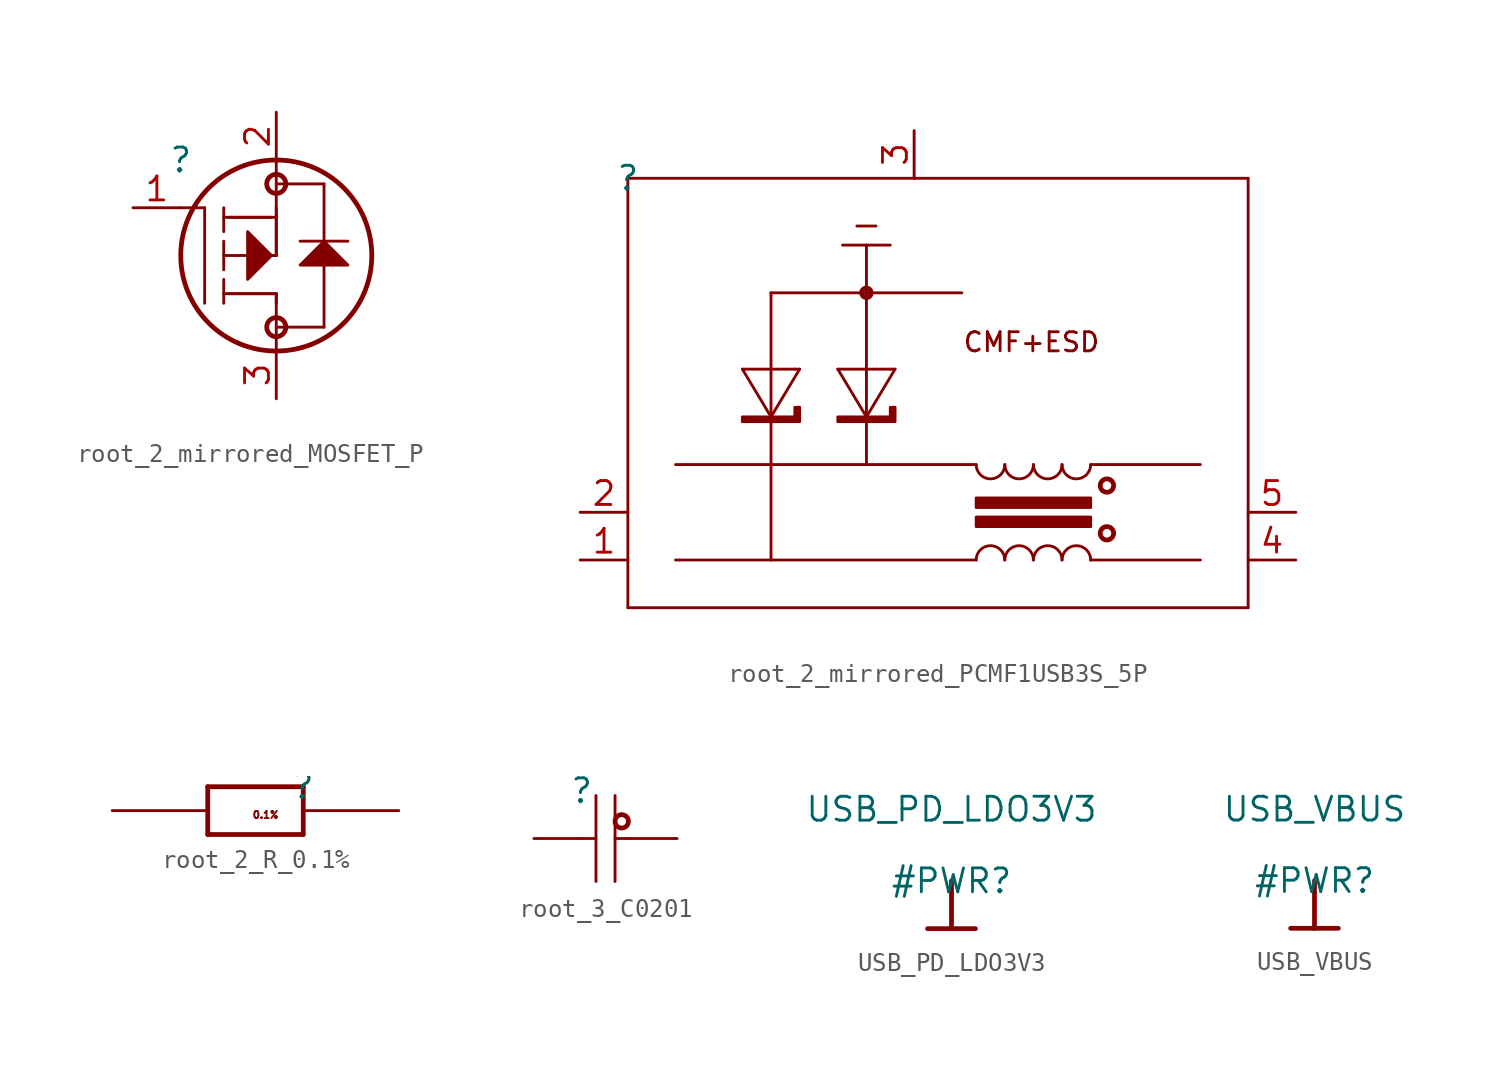
<source format=kicad_sym>
(kicad_symbol_lib
  (version 20220914)
  (generator kicad_symbol_editor)
  (symbol "root_2_mirrored_MOSFET_P"
    (property "Reference" ""
      (at 0 0 0)
      (effects (font (size 1.27 1.27))))
    (property "Value" ""
      (at 0 0 0)
      (effects (font (size 1.27 1.27))))
    (symbol "root_2_mirrored_MOSFET_P_1_0"
      (polyline (pts (xy 0 -2.54) (xy 1.27 -2.54)) (stroke (width 0) (type solid)) (fill (type none)))
      (polyline (pts (xy 1.27 -2.54) (xy 1.27 -7.62)) (stroke (width 0) (type solid)) (fill (type none)))
      (polyline (pts (xy 2.286 -7.62) (xy 2.286 -6.35)) (stroke (width 0) (type solid)) (fill (type none)))
      (polyline (pts (xy 2.286 -5.842) (xy 2.286 -4.318)) (stroke (width 0) (type solid)) (fill (type none)))
      (polyline (pts (xy 2.286 -5.08) (xy 5.08 -5.08)) (stroke (width 0) (type solid)) (fill (type none)))
      (polyline (pts (xy 2.286 -3.81) (xy 2.286 -2.54)) (stroke (width 0) (type solid)) (fill (type none)))
      (polyline (pts (xy 2.286 -3.048) (xy 5.08 -3.048)) (stroke (width 0) (type solid)) (fill (type none)))
      (polyline (pts (xy 2.54 -3.048) (xy 4.826 -3.048)) (stroke (width 0) (type solid)) (fill (type none)))
      (polyline (pts (xy 4.064 -5.08) (xy 5.08 -5.08)) (stroke (width 0) (type solid)) (fill (type none)))
      (polyline (pts (xy 5.08 -10.16) (xy 5.08 -7.112)) (stroke (width 0) (type solid)) (fill (type none)))
      (polyline (pts (xy 5.08 -8.89) (xy 7.62 -8.89)) (stroke (width 0) (type solid)) (fill (type none)))
      (polyline (pts (xy 5.08 -7.62) (xy 5.08 -7.112)) (stroke (width 0) (type solid)) (fill (type none)))
      (polyline (pts (xy 5.08 -7.112) (xy 2.286 -7.112)) (stroke (width 0) (type solid)) (fill (type none)))
      (polyline (pts (xy 5.08 -7.112) (xy 2.54 -7.112)) (stroke (width 0) (type solid)) (fill (type none)))
      (polyline (pts (xy 5.08 -5.08) (xy 5.08 -2.54)) (stroke (width 0) (type solid)) (fill (type none)))
      (polyline (pts (xy 5.08 -5.08) (xy 5.08 0)) (stroke (width 0) (type solid)) (fill (type none)))
      (polyline (pts (xy 5.08 -1.27) (xy 7.62 -1.27)) (stroke (width 0) (type solid)) (fill (type none)))
      (polyline (pts (xy 7.62 -8.89) (xy 7.62 -5.588)) (stroke (width 0) (type solid)) (fill (type none)))
      (polyline (pts (xy 7.62 -4.318) (xy 7.62 -1.27)) (stroke (width 0) (type solid)) (fill (type none)))
      (polyline (pts (xy 8.89 -4.318) (xy 6.35 -4.318)) (stroke (width 0) (type solid)) (fill (type none)))
      (polyline (pts (xy 4.826 -5.08) (xy 3.556 -3.81) (xy 3.556 -6.35) (xy 4.826 -5.08) (xy 4.826 -5.08)) (stroke (width 0) (type solid)) (fill (type outline)))
      (polyline (pts (xy 7.62 -4.318) (xy 6.35 -5.588) (xy 8.89 -5.588) (xy 7.62 -4.318) (xy 7.62 -4.318)) (stroke (width 0) (type solid)) (fill (type outline)))
      (circle (center 5.08 -8.89) (radius 0.508) (stroke (width 0.254) (type solid)) (fill (type none)))
      (circle (center 5.08 -5.08) (radius 5.08) (stroke (width 0.254) (type solid)) (fill (type none)))
      (circle (center 5.08 -1.27) (radius 0.508) (stroke (width 0.254) (type solid)) (fill (type none)))
      (pin passive line (at -2.54 -2.54 0) (length 2.54) (name "GATE" (effects (font (size 0 0)))) (number "1" (effects (font (size 1.27 1.27)))))
      (pin passive line (at 5.08 2.54 270) (length 2.54) (name "SOURCE" (effects (font (size 0 0)))) (number "2" (effects (font (size 1.27 1.27)))))
      (pin passive line (at 5.08 -12.7 90) (length 2.54) (name "DRAIN" (effects (font (size 0 0)))) (number "3" (effects (font (size 1.27 1.27)))))))
  (symbol "root_2_mirrored_PCMF1USB3S_5P"
    (property "Reference" ""
      (at 0 0 0)
      (effects (font (size 1.27 1.27))))
    (property "Value" ""
      (at 0 0 0)
      (effects (font (size 1.27 1.27))))
    (symbol "root_2_mirrored_PCMF1USB3S_5P_1_0"
      (polyline (pts (xy 0 -22.86) (xy 33.02 -22.86)) (stroke (width 0) (type solid)) (fill (type none)))
      (polyline (pts (xy 0 0) (xy 0 -22.86)) (stroke (width 0) (type solid)) (fill (type none)))
      (polyline (pts (xy 6.096 -10.16) (xy 8.89 -10.16)) (stroke (width 0) (type solid)) (fill (type none)))
      (polyline (pts (xy 7.62 -12.7) (xy 6.096 -10.16)) (stroke (width 0) (type solid)) (fill (type none)))
      (polyline (pts (xy 7.62 -12.7) (xy 7.62 -12.7)) (stroke (width 0) (type solid)) (fill (type none)))
      (polyline (pts (xy 7.62 -6.096) (xy 7.62 -20.32)) (stroke (width 0) (type solid)) (fill (type none)))
      (polyline (pts (xy 7.62 -6.096) (xy 17.78 -6.096)) (stroke (width 0) (type solid)) (fill (type none)))
      (polyline (pts (xy 8.89 -10.16) (xy 9.144 -10.16)) (stroke (width 0) (type solid)) (fill (type none)))
      (polyline (pts (xy 9.144 -10.16) (xy 7.62 -12.7)) (stroke (width 0) (type solid)) (fill (type none)))
      (polyline (pts (xy 11.176 -10.16) (xy 13.97 -10.16)) (stroke (width 0) (type solid)) (fill (type none)))
      (polyline (pts (xy 11.43 -3.556) (xy 13.97 -3.556)) (stroke (width 0) (type solid)) (fill (type none)))
      (polyline (pts (xy 12.192 -2.54) (xy 13.208 -2.54)) (stroke (width 0) (type solid)) (fill (type none)))
      (polyline (pts (xy 12.7 -12.7) (xy 11.176 -10.16)) (stroke (width 0) (type solid)) (fill (type none)))
      (polyline (pts (xy 12.7 -12.7) (xy 12.7 -12.7)) (stroke (width 0) (type solid)) (fill (type none)))
      (polyline (pts (xy 12.7 -3.556) (xy 12.7 -15.24)) (stroke (width 0) (type solid)) (fill (type none)))
      (polyline (pts (xy 13.97 -10.16) (xy 14.224 -10.16)) (stroke (width 0) (type solid)) (fill (type none)))
      (polyline (pts (xy 14.224 -10.16) (xy 12.7 -12.7)) (stroke (width 0) (type solid)) (fill (type none)))
      (polyline (pts (xy 18.542 -20.32) (xy 2.54 -20.32)) (stroke (width 0) (type solid)) (fill (type none)))
      (polyline (pts (xy 18.542 -15.24) (xy 2.54 -15.24)) (stroke (width 0) (type solid)) (fill (type none)))
      (polyline (pts (xy 24.638 -20.32) (xy 30.48 -20.32)) (stroke (width 0) (type solid)) (fill (type none)))
      (polyline (pts (xy 24.638 -15.24) (xy 30.48 -15.24)) (stroke (width 0) (type solid)) (fill (type none)))
      (polyline (pts (xy 33.02 -22.86) (xy 33.02 0)) (stroke (width 0) (type solid)) (fill (type none)))
      (polyline (pts (xy 33.02 0) (xy 0 0)) (stroke (width 0) (type solid)) (fill (type none)))
      (polyline (pts (xy 18.542 -18.034) (xy 18.542 -18.542) (xy 24.638 -18.542) (xy 24.638 -18.034) (xy 18.542 -18.034) (xy 18.542 -18.034)) (stroke (width 0) (type solid)) (fill (type outline)))
      (polyline (pts (xy 18.542 -17.018) (xy 18.542 -17.526) (xy 24.638 -17.526) (xy 24.638 -17.018) (xy 18.542 -17.018) (xy 18.542 -17.018)) (stroke (width 0) (type solid)) (fill (type outline)))
      (polyline (pts (xy 6.096 -12.7) (xy 6.096 -12.7) (xy 8.89 -12.7) (xy 8.89 -12.192) (xy 9.144 -12.192) (xy 9.144 -12.954) (xy 6.096 -12.954) (xy 6.096 -12.7) (xy 6.096 -12.7)) (stroke (width 0) (type solid)) (fill (type outline)))
      (polyline (pts (xy 11.176 -12.7) (xy 11.176 -12.7) (xy 13.97 -12.7) (xy 13.97 -12.192) (xy 14.224 -12.192) (xy 14.224 -12.954) (xy 11.176 -12.954) (xy 11.176 -12.7) (xy 11.176 -12.7)) (stroke (width 0) (type solid)) (fill (type outline)))
      (circle (center 12.7 -6.096) (radius 0.254) (stroke (width 0.254) (type solid)) (fill (type none)))
      (arc (start 18.542 -15.24) (mid 19.304 -16.002) (end 20.066 -15.24) (stroke (width 0) (type solid)) (fill (type none)))
      (arc (start 20.066 -20.32) (mid 19.304 -19.558) (end 18.542 -20.32) (stroke (width 0) (type solid)) (fill (type none)))
      (arc (start 20.066 -15.24) (mid 20.828 -16.002) (end 21.59 -15.24) (stroke (width 0) (type solid)) (fill (type none)))
      (arc (start 21.59 -20.32) (mid 20.828 -19.558) (end 20.066 -20.32) (stroke (width 0) (type solid)) (fill (type none)))
      (arc (start 21.59 -15.24) (mid 22.352 -16.002) (end 23.114 -15.24) (stroke (width 0) (type solid)) (fill (type none)))
      (arc (start 23.114 -20.32) (mid 22.352 -19.558) (end 21.59 -20.32) (stroke (width 0) (type solid)) (fill (type none)))
      (arc (start 23.114 -15.24) (mid 23.876 -16.002) (end 24.638 -15.24) (stroke (width 0) (type solid)) (fill (type none)))
      (arc (start 24.638 -20.32) (mid 23.876 -19.558) (end 23.114 -20.32) (stroke (width 0) (type solid)) (fill (type none)))
      (circle (center 25.502 -18.898) (radius 0.356) (stroke (width 0.254) (type solid)) (fill (type none)))
      (circle (center 25.502 -16.358) (radius 0.356) (stroke (width 0.254) (type solid)) (fill (type none)))
      (text "CMF+ESD" (at 17.78 -8.128 0) (effects (font (size 1.016 1.016)) (justify left top)))
      (pin passive line (at -2.54 -20.32 0) (length 2.54) (name "1" (effects (font (size 0 0)))) (number "1" (effects (font (size 1.27 1.27)))))
      (pin passive line (at -2.54 -17.78 0) (length 2.54) (name "2" (effects (font (size 0 0)))) (number "2" (effects (font (size 1.27 1.27)))))
      (pin passive line (at 15.24 2.54 270) (length 2.54) (name "3" (effects (font (size 0 0)))) (number "3" (effects (font (size 1.27 1.27)))))
      (pin passive line (at 35.56 -20.32 180) (length 2.54) (name "4" (effects (font (size 0 0)))) (number "4" (effects (font (size 1.27 1.27)))))
      (pin passive line (at 35.56 -17.78 180) (length 2.54) (name "5" (effects (font (size 0 0)))) (number "5" (effects (font (size 1.27 1.27)))))))
  (symbol "root_2_R_0.1%"
    (property "Reference" ""
      (at 0 0 0)
      (effects (font (size 1.27 1.27))))
    (property "Value" ""
      (at 0 0 0)
      (effects (font (size 1.27 1.27))))
    (symbol "root_2_R_0.1%_1_0"
      (polyline (pts (xy -5.08 -2.54) (xy -5.08 0)) (stroke (width 0.254) (type solid)) (fill (type none)))
      (polyline (pts (xy -5.08 0) (xy 0 0)) (stroke (width 0.254) (type solid)) (fill (type none)))
      (polyline (pts (xy 0 -2.54) (xy -5.08 -2.54)) (stroke (width 0.254) (type solid)) (fill (type none)))
      (polyline (pts (xy 0 0) (xy 0 -2.54)) (stroke (width 0.254) (type solid)) (fill (type none)))
      (text "0.1%" (at -1.27 -1.27 0) (effects (font (size 0.381 0.381)) (justify right top)))
      (pin passive line (at 5.08 -1.27 180) (length 5.08) (name "1" (effects (font (size 0 0)))) (number "1" (effects (font (size 0 0)))))
      (pin passive line (at -10.16 -1.27 0) (length 5.08) (name "2" (effects (font (size 0 0)))) (number "2" (effects (font (size 0 0)))))))
  (symbol "root_3_C0201"
    (property "Reference" ""
      (at 0 0 0)
      (effects (font (size 1.27 1.27))))
    (property "Value" ""
      (at 0 0 0)
      (effects (font (size 1.27 1.27))))
    (symbol "root_3_C0201_1_0"
      (polyline (pts (xy 0 -2.54) (xy 0.762 -2.54)) (stroke (width 0) (type solid)) (fill (type none)))
      (polyline (pts (xy 0.762 -0.254) (xy 0.762 -4.826)) (stroke (width 0) (type solid)) (fill (type none)))
      (polyline (pts (xy 1.778 -0.254) (xy 1.778 -4.826)) (stroke (width 0) (type solid)) (fill (type none)))
      (polyline (pts (xy 2.54 -2.54) (xy 1.778 -2.54)) (stroke (width 0) (type solid)) (fill (type none)))
      (circle (center 2.134 -1.626) (radius 0.356) (stroke (width 0.254) (type solid)) (fill (type none)))
      (pin passive line (at 5.08 -2.54 180) (length 2.54) (name "1" (effects (font (size 0 0)))) (number "1" (effects (font (size 0 0)))))
      (pin passive line (at -2.54 -2.54 0) (length 2.54) (name "2" (effects (font (size 0 0)))) (number "2" (effects (font (size 0 0)))))))
  (symbol "USB_PD_LDO3V3"
    (power)
    (property "Reference" "#PWR"
      (at 0 0 0)
      (effects (font (size 1.27 1.27))))
    (property "Value" "USB_PD_LDO3V3"
      (at 0 3.81 0)
      (effects (font (size 1.27 1.27))))
    (symbol "USB_PD_LDO3V3_0_0"
      (polyline (pts (xy -1.27 -2.54) (xy 1.27 -2.54)) (stroke (width 0.254) (type solid)) (fill (type none)))
      (polyline (pts (xy 0 0) (xy 0 -2.54)) (stroke (width 0.254) (type solid)) (fill (type none)))
      (pin power_in line (at 0 0 0) (length 0) hide (name "USB_PD_LDO3V3" (effects (font (size 1.27 1.27)))) (number "" (effects (font (size 1.27 1.27)))))))
  (symbol "USB_VBUS"
    (power)
    (property "Reference" "#PWR"
      (at 0 0 0)
      (effects (font (size 1.27 1.27))))
    (property "Value" "USB_VBUS"
      (at 0 3.81 0)
      (effects (font (size 1.27 1.27))))
    (symbol "USB_VBUS_0_0"
      (polyline (pts (xy -1.27 -2.54) (xy 1.27 -2.54)) (stroke (width 0.254) (type solid)) (fill (type none)))
      (polyline (pts (xy 0 0) (xy 0 -2.54)) (stroke (width 0.254) (type solid)) (fill (type none)))
      (pin power_in line (at 0 0 0) (length 0) hide (name "USB_VBUS" (effects (font (size 1.27 1.27)))) (number "" (effects (font (size 1.27 1.27))))))))
</source>
